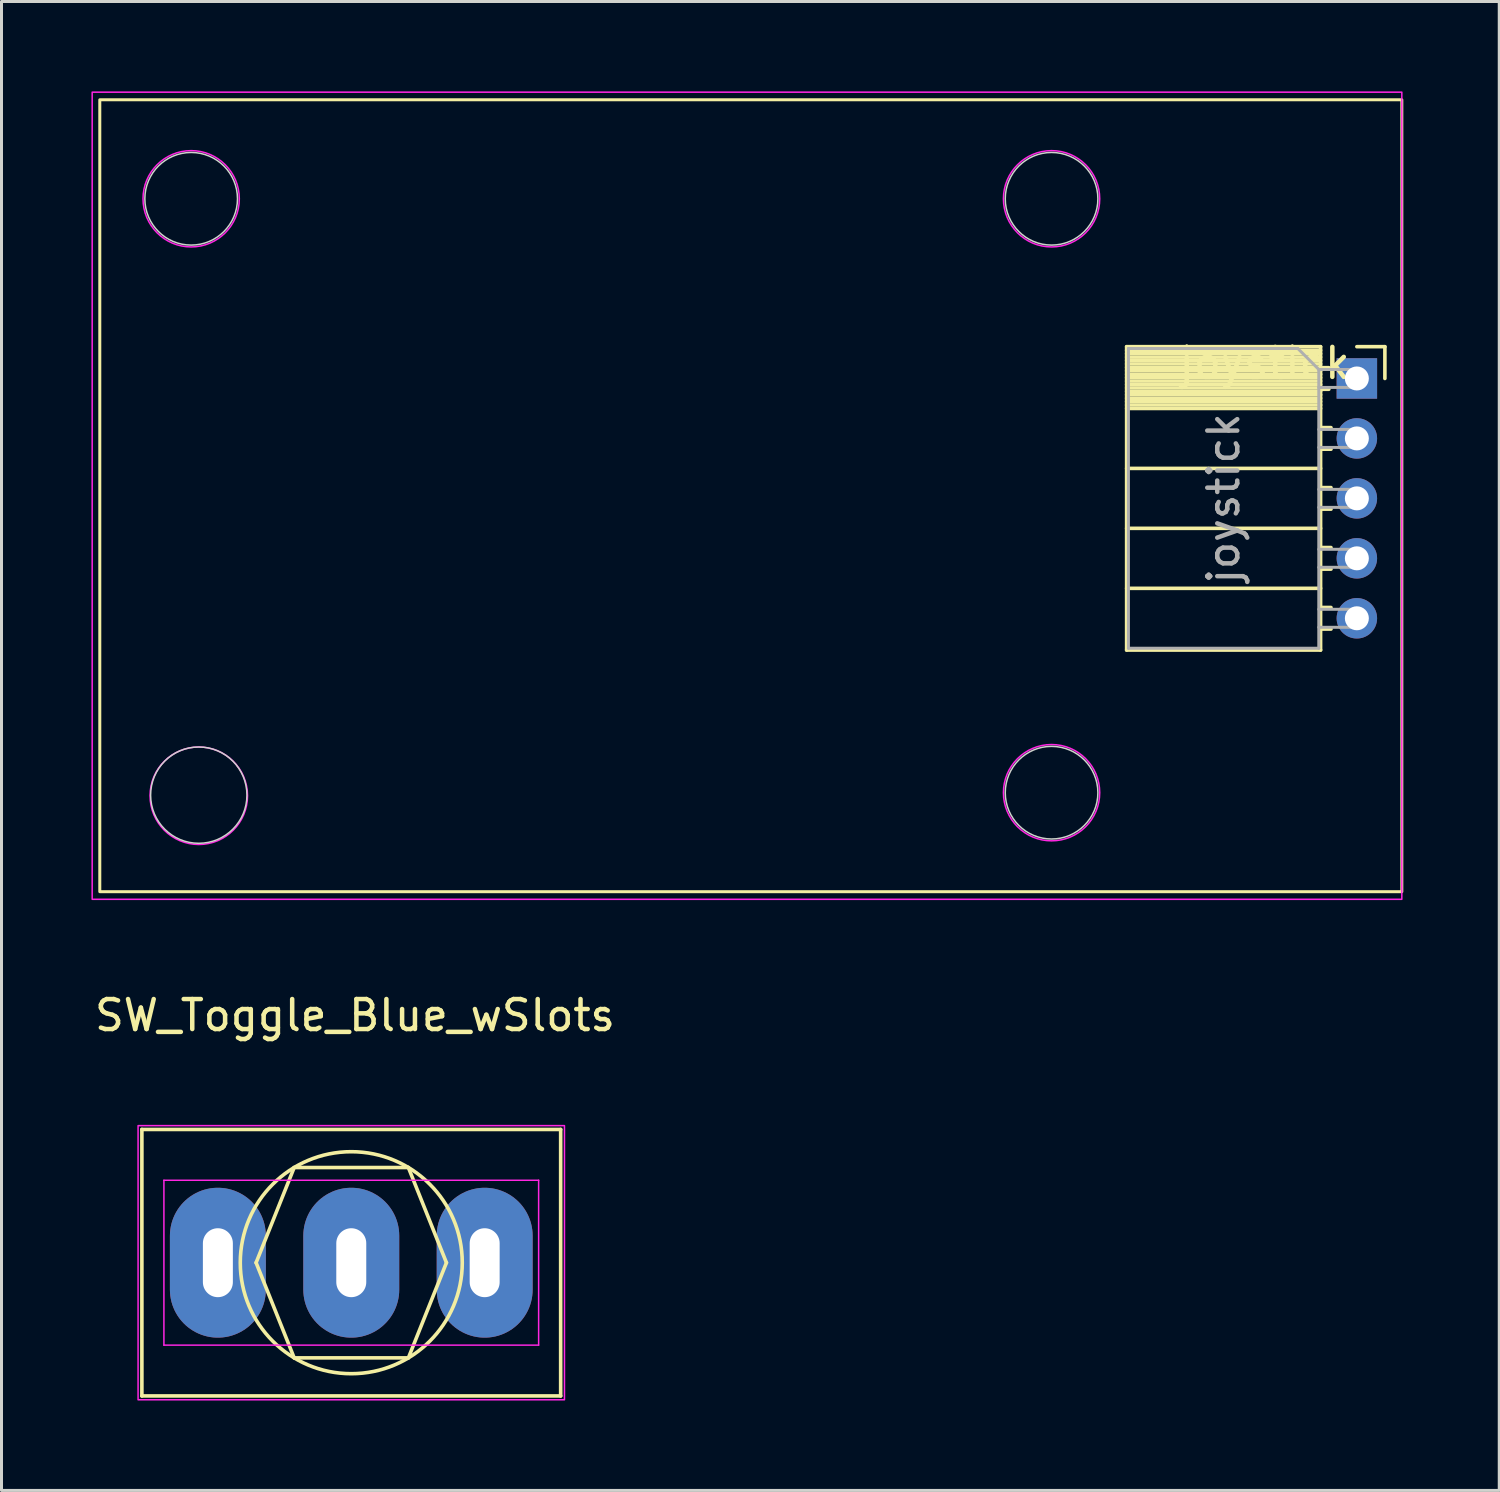
<source format=kicad_pcb>
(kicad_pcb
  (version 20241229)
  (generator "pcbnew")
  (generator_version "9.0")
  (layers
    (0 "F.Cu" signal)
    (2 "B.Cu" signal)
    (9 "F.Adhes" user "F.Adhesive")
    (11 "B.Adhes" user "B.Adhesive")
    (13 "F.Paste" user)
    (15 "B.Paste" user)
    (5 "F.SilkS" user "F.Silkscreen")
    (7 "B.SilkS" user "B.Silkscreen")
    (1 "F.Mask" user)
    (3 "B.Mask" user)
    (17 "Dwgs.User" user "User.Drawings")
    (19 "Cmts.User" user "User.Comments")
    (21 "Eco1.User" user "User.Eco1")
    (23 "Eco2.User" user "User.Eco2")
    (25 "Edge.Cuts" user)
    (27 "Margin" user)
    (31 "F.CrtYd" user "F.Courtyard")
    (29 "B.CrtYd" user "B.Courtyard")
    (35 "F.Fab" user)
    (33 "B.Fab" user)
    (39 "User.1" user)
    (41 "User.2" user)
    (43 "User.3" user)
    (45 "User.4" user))
  (footprint "joystick"
    (layer "F.Cu")
    (at 43.713 13.487)
    (property "Reference" "joystick" (at -4.58 -4.42 0) (layer "F.SilkS") (effects (font (size 1 1) (thickness 0.15))))
    (attr through_hole)
    (fp_line (start -9.18 -4.972) (end -9.18 5.148) (stroke (width 0.12) (type solid)) (layer "F.SilkS"))
    (fp_line (start -9.18 -4.972) (end -2.71 -4.972) (stroke (width 0.12) (type solid)) (layer "F.SilkS"))
    (fp_line (start -9.18 -4.852) (end -2.71 -4.852) (stroke (width 0.12) (type solid)) (layer "F.SilkS"))
    (fp_line (start -9.18 -4.738) (end -2.71 -4.738) (stroke (width 0.12) (type solid)) (layer "F.SilkS"))
    (fp_line (start -9.18 -4.624) (end -2.71 -4.624) (stroke (width 0.12) (type solid)) (layer "F.SilkS"))
    (fp_line (start -9.18 -4.51) (end -2.71 -4.51) (stroke (width 0.12) (type solid)) (layer "F.SilkS"))
    (fp_line (start -9.18 -4.396) (end -2.71 -4.396) (stroke (width 0.12) (type solid)) (layer "F.SilkS"))
    (fp_line (start -9.18 -4.281) (end -2.71 -4.281) (stroke (width 0.12) (type solid)) (layer "F.SilkS"))
    (fp_line (start -9.18 -4.167) (end -2.71 -4.167) (stroke (width 0.12) (type solid)) (layer "F.SilkS"))
    (fp_line (start -9.18 -4.053) (end -2.71 -4.053) (stroke (width 0.12) (type solid)) (layer "F.SilkS"))
    (fp_line (start -9.18 -3.939) (end -2.71 -3.939) (stroke (width 0.12) (type solid)) (layer "F.SilkS"))
    (fp_line (start -9.18 -3.825) (end -2.71 -3.825) (stroke (width 0.12) (type solid)) (layer "F.SilkS"))
    (fp_line (start -9.18 -3.711) (end -2.71 -3.711) (stroke (width 0.12) (type solid)) (layer "F.SilkS"))
    (fp_line (start -9.18 -3.597) (end -2.71 -3.597) (stroke (width 0.12) (type solid)) (layer "F.SilkS"))
    (fp_line (start -9.18 -3.483) (end -2.71 -3.483) (stroke (width 0.12) (type solid)) (layer "F.SilkS"))
    (fp_line (start -9.18 -3.368) (end -2.71 -3.368) (stroke (width 0.12) (type solid)) (layer "F.SilkS"))
    (fp_line (start -9.18 -3.254) (end -2.71 -3.254) (stroke (width 0.12) (type solid)) (layer "F.SilkS"))
    (fp_line (start -9.18 -3.14) (end -2.71 -3.14) (stroke (width 0.12) (type solid)) (layer "F.SilkS"))
    (fp_line (start -9.18 -3.026) (end -2.71 -3.026) (stroke (width 0.12) (type solid)) (layer "F.SilkS"))
    (fp_line (start -9.18 -2.912) (end -2.71 -2.912) (stroke (width 0.12) (type solid)) (layer "F.SilkS"))
    (fp_line (start -9.18 -0.912) (end -2.71 -0.912) (stroke (width 0.12) (type solid)) (layer "F.SilkS"))
    (fp_line (start -9.18 1.088) (end -2.71 1.088) (stroke (width 0.12) (type solid)) (layer "F.SilkS"))
    (fp_line (start -9.18 3.088) (end -2.71 3.088) (stroke (width 0.12) (type solid)) (layer "F.SilkS"))
    (fp_line (start -9.18 5.148) (end -2.71 5.148) (stroke (width 0.12) (type solid)) (layer "F.SilkS"))
    (fp_line (start -2.71 -4.972) (end -2.71 5.148) (stroke (width 0.12) (type solid)) (layer "F.SilkS"))
    (fp_line (start -2.71 -4.272) (end -2.435 -4.272) (stroke (width 0.12) (type solid)) (layer "F.SilkS"))
    (fp_line (start -2.71 -3.552) (end -2.435 -3.552) (stroke (width 0.12) (type solid)) (layer "F.SilkS"))
    (fp_line (start -2.71 -2.272) (end -2.363 -2.272) (stroke (width 0.12) (type solid)) (layer "F.SilkS"))
    (fp_line (start -2.71 -1.552) (end -2.363 -1.552) (stroke (width 0.12) (type solid)) (layer "F.SilkS"))
    (fp_line (start -2.71 -0.272) (end -2.363 -0.272) (stroke (width 0.12) (type solid)) (layer "F.SilkS"))
    (fp_line (start -2.71 0.448) (end -2.363 0.448) (stroke (width 0.12) (type solid)) (layer "F.SilkS"))
    (fp_line (start -2.71 1.728) (end -2.363 1.728) (stroke (width 0.12) (type solid)) (layer "F.SilkS"))
    (fp_line (start -2.71 2.448) (end -2.363 2.448) (stroke (width 0.12) (type solid)) (layer "F.SilkS"))
    (fp_line (start -2.71 3.728) (end -2.363 3.728) (stroke (width 0.12) (type solid)) (layer "F.SilkS"))
    (fp_line (start -2.71 4.448) (end -2.363 4.448) (stroke (width 0.12) (type solid)) (layer "F.SilkS"))
    (fp_line (start -1.5 -4.972) (end -0.565 -4.972) (stroke (width 0.12) (type solid)) (layer "F.SilkS"))
    (fp_line (start -0.565 -4.972) (end -0.565 -3.912) (stroke (width 0.12) (type solid)) (layer "F.SilkS"))
    (fp_rect (start 0 -13.208) (end -43.434 13.208) (stroke (width 0.1) (type default)) (fill no) (layer "F.SilkS"))
    (fp_circle (center -40.386 -9.906) (end -40.64 -11.43) (stroke (width 0.05) (type default)) (fill no) (layer "Edge.Cuts"))
    (fp_circle (center -40.132 9.988) (end -40.64 8.464) (stroke (width 0.05) (type default)) (fill no) (layer "Edge.Cuts"))
    (fp_circle (center -11.684 -9.906) (end -11.938 -11.43) (stroke (width 0.05) (type default)) (fill no) (layer "Edge.Cuts"))
    (fp_circle (center -11.684 9.906) (end -11.938 8.382) (stroke (width 0.05) (type default)) (fill no) (layer "Edge.Cuts"))
    (fp_rect (start -43.688 -13.462) (end 0 13.462) (stroke (width 0.05) (type default)) (fill no) (layer "F.CrtYd"))
    (fp_circle (center -40.386 -9.906) (end -40.894 -11.43) (stroke (width 0.05) (type default)) (fill no) (layer "F.CrtYd"))
    (fp_circle (center -40.132 10.008) (end -41.148 8.738) (stroke (width 0.05) (type default)) (fill no) (layer "F.CrtYd"))
    (fp_circle (center -11.684 -9.906) (end -12.192 -11.43) (stroke (width 0.05) (type default)) (fill no) (layer "F.CrtYd"))
    (fp_circle (center -11.684 9.906) (end -12.192 8.382) (stroke (width 0.05) (type default)) (fill no) (layer "F.CrtYd"))
    (fp_line (start -9.12 -4.912) (end -3.47 -4.912) (stroke (width 0.1) (type solid)) (layer "F.Fab"))
    (fp_line (start -9.12 5.088) (end -9.12 -4.912) (stroke (width 0.1) (type solid)) (layer "F.Fab"))
    (fp_line (start -3.47 -4.912) (end -2.77 -4.212) (stroke (width 0.1) (type solid)) (layer "F.Fab"))
    (fp_line (start -2.77 -4.212) (end -2.77 5.088) (stroke (width 0.1) (type solid)) (layer "F.Fab"))
    (fp_line (start -2.77 -3.612) (end -1.5 -3.612) (stroke (width 0.1) (type solid)) (layer "F.Fab"))
    (fp_line (start -2.77 -1.612) (end -1.5 -1.612) (stroke (width 0.1) (type solid)) (layer "F.Fab"))
    (fp_line (start -2.77 0.388) (end -1.5 0.388) (stroke (width 0.1) (type solid)) (layer "F.Fab"))
    (fp_line (start -2.77 2.388) (end -1.5 2.388) (stroke (width 0.1) (type solid)) (layer "F.Fab"))
    (fp_line (start -2.77 4.388) (end -1.5 4.388) (stroke (width 0.1) (type solid)) (layer "F.Fab"))
    (fp_line (start -2.77 5.088) (end -9.12 5.088) (stroke (width 0.1) (type solid)) (layer "F.Fab"))
    (fp_line (start -1.5 -4.212) (end -2.77 -4.212) (stroke (width 0.1) (type solid)) (layer "F.Fab"))
    (fp_line (start -1.5 -3.612) (end -1.5 -4.212) (stroke (width 0.1) (type solid)) (layer "F.Fab"))
    (fp_line (start -1.5 -2.212) (end -2.77 -2.212) (stroke (width 0.1) (type solid)) (layer "F.Fab"))
    (fp_line (start -1.5 -1.612) (end -1.5 -2.212) (stroke (width 0.1) (type solid)) (layer "F.Fab"))
    (fp_line (start -1.5 -0.212) (end -2.77 -0.212) (stroke (width 0.1) (type solid)) (layer "F.Fab"))
    (fp_line (start -1.5 0.388) (end -1.5 -0.212) (stroke (width 0.1) (type solid)) (layer "F.Fab"))
    (fp_line (start -1.5 1.788) (end -2.77 1.788) (stroke (width 0.1) (type solid)) (layer "F.Fab"))
    (fp_line (start -1.5 2.388) (end -1.5 1.788) (stroke (width 0.1) (type solid)) (layer "F.Fab"))
    (fp_line (start -1.5 3.788) (end -2.77 3.788) (stroke (width 0.1) (type solid)) (layer "F.Fab"))
    (fp_line (start -1.5 4.388) (end -1.5 3.788) (stroke (width 0.1) (type solid)) (layer "F.Fab"))
    (fp_text user "${REFERENCE}" (at -5.945 0.088 90) (layer "F.Fab") (effects (font (size 1 1) (thickness 0.15))))
    (pad "1" thru_hole rect (at -1.5 -3.912) (size 1.35 1.35) (drill 0.8) (layers "*.Cu" "*.Mask"))
    (pad "2" thru_hole oval (at -1.5 -1.912) (size 1.35 1.35) (drill 0.8) (layers "*.Cu" "*.Mask"))
    (pad "3" thru_hole oval (at -1.5 0.088) (size 1.35 1.35) (drill 0.8) (layers "*.Cu" "*.Mask"))
    (pad "4" thru_hole oval (at -1.5 2.088) (size 1.35 1.35) (drill 0.8) (layers "*.Cu" "*.Mask"))
    (pad "5" thru_hole oval (at -1.5 4.088) (size 1.35 1.35) (drill 0.8) (layers "*.Cu" "*.Mask")))
  (footprint "SW_Toggle_Blue_wSlots"
    (layer "F.Cu")
    (at 8.668 39.072)
    (property "Reference" "SW_Toggle_Blue_wSlots" (at 0.124 -8.25 0) (layer "F.SilkS") (effects (font (size 1 1) (thickness 0.15))))
    (attr through_hole)
    (fp_line (start -6.985 -4.445) (end 6.985 -4.445) (stroke (width 0.12) (type solid)) (layer "F.SilkS"))
    (fp_line (start -6.985 4.445) (end -6.985 -4.445) (stroke (width 0.12) (type solid)) (layer "F.SilkS"))
    (fp_line (start -3.175 0) (end -1.905 -3.175) (stroke (width 0.12) (type solid)) (layer "F.SilkS"))
    (fp_line (start -1.905 -3.175) (end 1.905 -3.175) (stroke (width 0.12) (type solid)) (layer "F.SilkS"))
    (fp_line (start -1.905 3.175) (end -3.175 0) (stroke (width 0.12) (type solid)) (layer "F.SilkS"))
    (fp_line (start 1.905 -3.175) (end 3.175 0) (stroke (width 0.12) (type solid)) (layer "F.SilkS"))
    (fp_line (start 1.905 3.175) (end -1.905 3.175) (stroke (width 0.12) (type solid)) (layer "F.SilkS"))
    (fp_line (start 3.175 0) (end 1.905 3.175) (stroke (width 0.12) (type solid)) (layer "F.SilkS"))
    (fp_line (start 6.985 -4.445) (end 6.985 4.445) (stroke (width 0.12) (type solid)) (layer "F.SilkS"))
    (fp_line (start 6.985 4.445) (end -6.985 4.445) (stroke (width 0.12) (type solid)) (layer "F.SilkS"))
    (fp_circle (center 0 0) (end 1.905 3.175) (stroke (width 0.12) (type solid)) (fill no) (layer "F.SilkS"))
    (fp_line (start -4.902 -1.422) (end -4.013 -1.422) (stroke (width 0.12) (type solid)) (layer "Eco2.User"))
    (fp_line (start -4.902 1.372) (end -4.902 -1.422) (stroke (width 0.12) (type solid)) (layer "Eco2.User"))
    (fp_line (start -4.013 -1.422) (end -4.013 1.372) (stroke (width 0.12) (type solid)) (layer "Eco2.User"))
    (fp_line (start -4.013 1.372) (end -4.902 1.372) (stroke (width 0.12) (type solid)) (layer "Eco2.User"))
    (fp_line (start -0.457 -1.422) (end 0.432 -1.422) (stroke (width 0.12) (type solid)) (layer "Eco2.User"))
    (fp_line (start -0.457 1.372) (end -0.457 -1.422) (stroke (width 0.12) (type solid)) (layer "Eco2.User"))
    (fp_line (start 0.432 -1.422) (end 0.432 1.372) (stroke (width 0.12) (type solid)) (layer "Eco2.User"))
    (fp_line (start 0.432 1.372) (end -0.457 1.372) (stroke (width 0.12) (type solid)) (layer "Eco2.User"))
    (fp_line (start 4.013 -1.422) (end 4.877 -1.422) (stroke (width 0.12) (type solid)) (layer "Eco2.User"))
    (fp_line (start 4.013 1.372) (end 4.013 -1.422) (stroke (width 0.12) (type solid)) (layer "Eco2.User"))
    (fp_line (start 4.877 -1.422) (end 4.902 1.372) (stroke (width 0.12) (type solid)) (layer "Eco2.User"))
    (fp_line (start 4.902 1.372) (end 4.013 1.372) (stroke (width 0.12) (type solid)) (layer "Eco2.User"))
    (fp_line (start -6.25 -2.75) (end 6.25 -2.75) (stroke (width 0.05) (type solid)) (layer "F.CrtYd"))
    (fp_line (start -6.25 2.75) (end -6.25 -2.75) (stroke (width 0.05) (type solid)) (layer "F.CrtYd"))
    (fp_line (start 6.25 -2.75) (end 6.25 2.75) (stroke (width 0.05) (type solid)) (layer "F.CrtYd"))
    (fp_line (start 6.25 2.75) (end -6.25 2.75) (stroke (width 0.05) (type solid)) (layer "F.CrtYd"))
    (fp_rect (start -7.112 -4.572) (end 7.112 4.572) (stroke (width 0.05) (type default)) (fill no) (layer "F.CrtYd"))
    (pad "1" thru_hole oval (at -4.45 0) (size 3.2 5) (drill oval 1 2.3) (layers "*.Cu"))
    (pad "2" thru_hole oval (at 0 0) (size 3.2 5) (drill oval 1 2.3) (layers "*.Cu"))
    (pad "3" thru_hole oval (at 4.45 0) (size 3.2 5) (drill oval 1 2.3) (layers "*.Cu")))
  (gr_rect
    (start -3 -3)
    (end 46.963 46.669)
    (stroke (width 0.1) (type default))
    (fill no)
    (layer "Edge.Cuts")))
</source>
